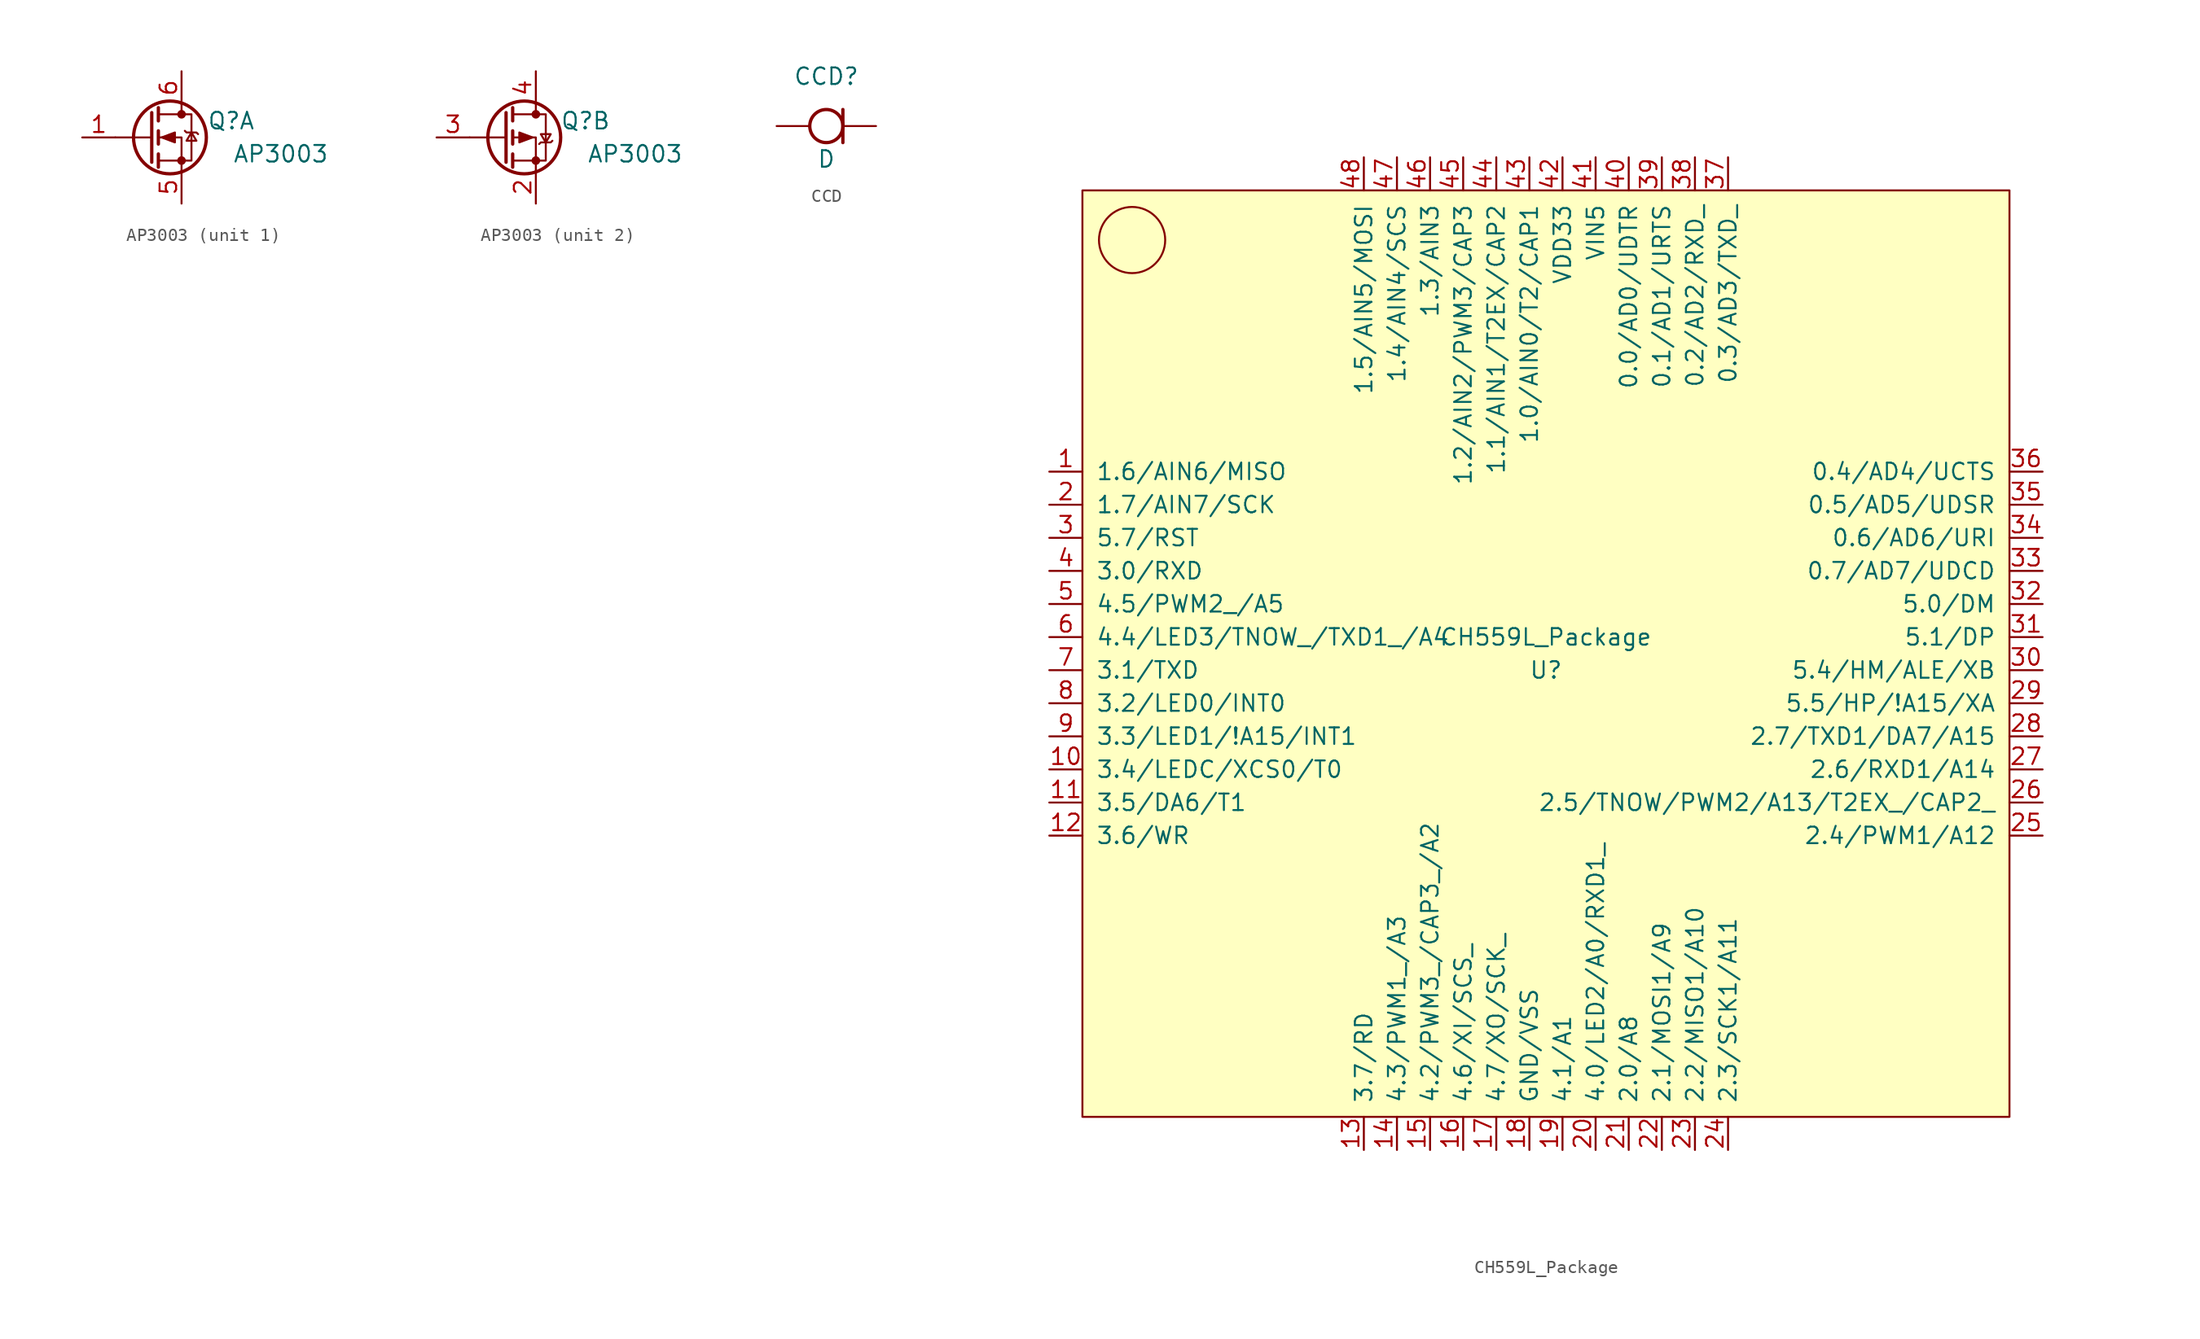
<source format=kicad_sym>
(kicad_symbol_lib
  (version 20220914)
  (generator kicad_symbol_editor)
  (symbol "AP3003"
    (property "Reference" "Q"
      (at 3.81 1.27 0)
      (effects (font (size 1.27 1.27))))
    (property "Value" "AP3003"
      (at 7.62 -1.27 0)
      (effects (font (size 1.27 1.27))))
    (property "ki_locked" ""
      (at 0 0 0)
      (effects (font (size 1.27 1.27))))
    (symbol "AP3003_1_1"
      (circle (center -0.889 0) (radius 2.794) (stroke (width 0.254) (type default)) (fill (type none)))
      (circle (center 0 -1.778) (radius 0.254) (stroke (width 0) (type default)) (fill (type outline)))
      (polyline (pts (xy -2.286 0) (xy -5.08 0)) (stroke (width 0) (type default)) (fill (type none)))
      (polyline (pts (xy -2.286 1.905) (xy -2.286 -1.905)) (stroke (width 0.254) (type default)) (fill (type none)))
      (polyline (pts (xy -1.778 -1.27) (xy -1.778 -2.286)) (stroke (width 0.254) (type default)) (fill (type none)))
      (polyline (pts (xy -1.778 0.508) (xy -1.778 -0.508)) (stroke (width 0.254) (type default)) (fill (type none)))
      (polyline (pts (xy -1.778 2.286) (xy -1.778 1.27)) (stroke (width 0.254) (type default)) (fill (type none)))
      (polyline (pts (xy 0 2.54) (xy 0 1.778)) (stroke (width 0) (type default)) (fill (type none)))
      (polyline (pts (xy 0 -2.54) (xy 0 0) (xy -1.778 0)) (stroke (width 0) (type default)) (fill (type none)))
      (polyline (pts (xy -1.778 -1.778) (xy 0.762 -1.778) (xy 0.762 1.778) (xy -1.778 1.778)) (stroke (width 0) (type default)) (fill (type none)))
      (polyline (pts (xy -1.524 0) (xy -0.508 0.381) (xy -0.508 -0.381) (xy -1.524 0)) (stroke (width 0) (type default)) (fill (type outline)))
      (polyline (pts (xy 0.254 0.508) (xy 0.381 0.381) (xy 1.143 0.381) (xy 1.27 0.254)) (stroke (width 0) (type default)) (fill (type none)))
      (polyline (pts (xy 0.762 0.381) (xy 0.381 -0.254) (xy 1.143 -0.254) (xy 0.762 0.381)) (stroke (width 0) (type default)) (fill (type none)))
      (circle (center 0 1.778) (radius 0.254) (stroke (width 0) (type default)) (fill (type outline)))
      (pin input line (at -7.62 0 0) (length 2.54) (name "" (effects (font (size 1.27 1.27)))) (number "1" (effects (font (size 1.27 1.27)))))
      (pin passive line (at 0 -5.08 90) (length 2.54) (name "" (effects (font (size 1.27 1.27)))) (number "5" (effects (font (size 1.27 1.27)))))
      (pin passive line (at 0 5.08 270) (length 2.54) (name "" (effects (font (size 1.27 1.27)))) (number "6" (effects (font (size 1.27 1.27))))))
    (symbol "AP3003_2_1"
      (circle (center -0.889 0) (radius 2.794) (stroke (width 0.254) (type default)) (fill (type none)))
      (circle (center 0 -1.778) (radius 0.254) (stroke (width 0) (type default)) (fill (type outline)))
      (polyline (pts (xy -2.286 0) (xy -5.08 0)) (stroke (width 0) (type default)) (fill (type none)))
      (polyline (pts (xy -2.286 1.905) (xy -2.286 -1.905)) (stroke (width 0.254) (type default)) (fill (type none)))
      (polyline (pts (xy -1.778 -1.27) (xy -1.778 -2.286)) (stroke (width 0.254) (type default)) (fill (type none)))
      (polyline (pts (xy -1.778 0.508) (xy -1.778 -0.508)) (stroke (width 0.254) (type default)) (fill (type none)))
      (polyline (pts (xy -1.778 2.286) (xy -1.778 1.27)) (stroke (width 0.254) (type default)) (fill (type none)))
      (polyline (pts (xy 0 2.54) (xy 0 1.778)) (stroke (width 0) (type default)) (fill (type none)))
      (polyline (pts (xy 0 -2.54) (xy 0 0) (xy -1.778 0)) (stroke (width 0) (type default)) (fill (type none)))
      (polyline (pts (xy -1.778 1.778) (xy 0.762 1.778) (xy 0.762 -1.778) (xy -1.778 -1.778)) (stroke (width 0) (type default)) (fill (type none)))
      (polyline (pts (xy -0.254 0) (xy -1.27 0.381) (xy -1.27 -0.381) (xy -0.254 0)) (stroke (width 0) (type default)) (fill (type outline)))
      (polyline (pts (xy 0.254 -0.508) (xy 0.381 -0.381) (xy 1.143 -0.381) (xy 1.27 -0.254)) (stroke (width 0) (type default)) (fill (type none)))
      (polyline (pts (xy 0.762 -0.381) (xy 0.381 0.254) (xy 1.143 0.254) (xy 0.762 -0.381)) (stroke (width 0) (type default)) (fill (type none)))
      (circle (center 0 1.778) (radius 0.254) (stroke (width 0) (type default)) (fill (type outline)))
      (pin passive line (at 0 -5.08 90) (length 2.54) (name "" (effects (font (size 1.27 1.27)))) (number "2" (effects (font (size 1.27 1.27)))))
      (pin input line (at -7.62 0 0) (length 2.54) (name "" (effects (font (size 1.27 1.27)))) (number "3" (effects (font (size 1.27 1.27)))))
      (pin passive line (at 0 5.08 270) (length 2.54) (name "" (effects (font (size 1.27 1.27)))) (number "4" (effects (font (size 1.27 1.27)))))))
  (symbol "CCD"
    (pin_numbers hide)
    (pin_names
      (offset 1.016) hide)
    (property "Reference" "CCD"
      (at 0 3.81 0)
      (effects (font (size 1.27 1.27))))
    (property "Value" "D"
      (at 0 -2.54 0)
      (effects (font (size 1.27 1.27))))
    (symbol "CCD_0_1"
      (polyline (pts (xy 1.27 -1.27) (xy 1.27 1.27)) (stroke (width 0.254) (type solid)) (fill (type none))))
    (symbol "CCD_1_1"
      (circle (center 0 0) (radius 1.27) (stroke (width 0.254) (type default)) (fill (type none)))
      (pin passive line (at 3.81 0 180) (length 2.54) (name "K" (effects (font (size 1.27 1.27)))) (number "1" (effects (font (size 1.27 1.27)))))
      (pin passive line (at -3.81 0 0) (length 2.54) (name "A" (effects (font (size 1.27 1.27)))) (number "2" (effects (font (size 1.27 1.27)))))))
  (symbol "CH559L_Package"
    (pin_names
      (offset 1.016))
    (property "Reference" "U"
      (at 0 -1.27 0)
      (effects (font (size 1.27 1.27))))
    (property "Value" "CH559L_Package"
      (at 0 1.27 0)
      (effects (font (size 1.27 1.27))))
    (symbol "CH559L_Package_0_1"
      (rectangle (start -35.56 -35.56) (end 35.56 35.56) (stroke (width 0) (type solid)) (fill (type background)))
      (circle (center -31.75 31.75) (radius 2.54) (stroke (width 0) (type solid)) (fill (type none))))
    (symbol "CH559L_Package_1_1"
      (pin input line (at -38.1 13.97 0) (length 2.54) (name "1.6/AIN6/MISO" (effects (font (size 1.27 1.27)))) (number "1" (effects (font (size 1.27 1.27)))))
      (pin input line (at -38.1 -8.89 0) (length 2.54) (name "3.4/LEDC/XCS0/T0" (effects (font (size 1.27 1.27)))) (number "10" (effects (font (size 1.27 1.27)))))
      (pin input line (at -38.1 -11.43 0) (length 2.54) (name "3.5/DA6/T1" (effects (font (size 1.27 1.27)))) (number "11" (effects (font (size 1.27 1.27)))))
      (pin input line (at -38.1 -13.97 0) (length 2.54) (name "3.6/WR" (effects (font (size 1.27 1.27)))) (number "12" (effects (font (size 1.27 1.27)))))
      (pin input line (at -13.97 -38.1 90) (length 2.54) (name "3.7/RD" (effects (font (size 1.27 1.27)))) (number "13" (effects (font (size 1.27 1.27)))))
      (pin input line (at -11.43 -38.1 90) (length 2.54) (name "4.3/PWM1_/A3" (effects (font (size 1.27 1.27)))) (number "14" (effects (font (size 1.27 1.27)))))
      (pin input line (at -8.89 -38.1 90) (length 2.54) (name "4.2/PWM3_/CAP3_/A2" (effects (font (size 1.27 1.27)))) (number "15" (effects (font (size 1.27 1.27)))))
      (pin input line (at -6.35 -38.1 90) (length 2.54) (name "4.6/XI/SCS_" (effects (font (size 1.27 1.27)))) (number "16" (effects (font (size 1.27 1.27)))))
      (pin input line (at -3.81 -38.1 90) (length 2.54) (name "4.7/XO/SCK_" (effects (font (size 1.27 1.27)))) (number "17" (effects (font (size 1.27 1.27)))))
      (pin power_in line (at -1.27 -38.1 90) (length 2.54) (name "GND/VSS" (effects (font (size 1.27 1.27)))) (number "18" (effects (font (size 1.27 1.27)))))
      (pin input line (at 1.27 -38.1 90) (length 2.54) (name "4.1/A1" (effects (font (size 1.27 1.27)))) (number "19" (effects (font (size 1.27 1.27)))))
      (pin input line (at -38.1 11.43 0) (length 2.54) (name "1.7/AIN7/SCK" (effects (font (size 1.27 1.27)))) (number "2" (effects (font (size 1.27 1.27)))))
      (pin input line (at 3.81 -38.1 90) (length 2.54) (name "4.0/LED2/A0/RXD1_" (effects (font (size 1.27 1.27)))) (number "20" (effects (font (size 1.27 1.27)))))
      (pin input line (at 6.35 -38.1 90) (length 2.54) (name "2.0/A8" (effects (font (size 1.27 1.27)))) (number "21" (effects (font (size 1.27 1.27)))))
      (pin input line (at 8.89 -38.1 90) (length 2.54) (name "2.1/MOSI1/A9" (effects (font (size 1.27 1.27)))) (number "22" (effects (font (size 1.27 1.27)))))
      (pin input line (at 11.43 -38.1 90) (length 2.54) (name "2.2/MISO1/A10" (effects (font (size 1.27 1.27)))) (number "23" (effects (font (size 1.27 1.27)))))
      (pin input line (at 13.97 -38.1 90) (length 2.54) (name "2.3/SCK1/A11" (effects (font (size 1.27 1.27)))) (number "24" (effects (font (size 1.27 1.27)))))
      (pin input line (at 38.1 -13.97 180) (length 2.54) (name "2.4/PWM1/A12" (effects (font (size 1.27 1.27)))) (number "25" (effects (font (size 1.27 1.27)))))
      (pin input line (at 38.1 -11.43 180) (length 2.54) (name "2.5/TNOW/PWM2/A13/T2EX_/CAP2_" (effects (font (size 1.27 1.27)))) (number "26" (effects (font (size 1.27 1.27)))))
      (pin input line (at 38.1 -8.89 180) (length 2.54) (name "2.6/RXD1/A14" (effects (font (size 1.27 1.27)))) (number "27" (effects (font (size 1.27 1.27)))))
      (pin input line (at 38.1 -6.35 180) (length 2.54) (name "2.7/TXD1/DA7/A15" (effects (font (size 1.27 1.27)))) (number "28" (effects (font (size 1.27 1.27)))))
      (pin input line (at 38.1 -3.81 180) (length 2.54) (name "5.5/HP/!A15/XA" (effects (font (size 1.27 1.27)))) (number "29" (effects (font (size 1.27 1.27)))))
      (pin input line (at -38.1 8.89 0) (length 2.54) (name "5.7/RST" (effects (font (size 1.27 1.27)))) (number "3" (effects (font (size 1.27 1.27)))))
      (pin input line (at 38.1 -1.27 180) (length 2.54) (name "5.4/HM/ALE/XB" (effects (font (size 1.27 1.27)))) (number "30" (effects (font (size 1.27 1.27)))))
      (pin input line (at 38.1 1.27 180) (length 2.54) (name "5.1/DP" (effects (font (size 1.27 1.27)))) (number "31" (effects (font (size 1.27 1.27)))))
      (pin input line (at 38.1 3.81 180) (length 2.54) (name "5.0/DM" (effects (font (size 1.27 1.27)))) (number "32" (effects (font (size 1.27 1.27)))))
      (pin input line (at 38.1 6.35 180) (length 2.54) (name "0.7/AD7/UDCD" (effects (font (size 1.27 1.27)))) (number "33" (effects (font (size 1.27 1.27)))))
      (pin input line (at 38.1 8.89 180) (length 2.54) (name "0.6/AD6/URI" (effects (font (size 1.27 1.27)))) (number "34" (effects (font (size 1.27 1.27)))))
      (pin input line (at 38.1 11.43 180) (length 2.54) (name "0.5/AD5/UDSR" (effects (font (size 1.27 1.27)))) (number "35" (effects (font (size 1.27 1.27)))))
      (pin input line (at 38.1 13.97 180) (length 2.54) (name "0.4/AD4/UCTS" (effects (font (size 1.27 1.27)))) (number "36" (effects (font (size 1.27 1.27)))))
      (pin input line (at 13.97 38.1 270) (length 2.54) (name "0.3/AD3/TXD_" (effects (font (size 1.27 1.27)))) (number "37" (effects (font (size 1.27 1.27)))))
      (pin input line (at 11.43 38.1 270) (length 2.54) (name "0.2/AD2/RXD_" (effects (font (size 1.27 1.27)))) (number "38" (effects (font (size 1.27 1.27)))))
      (pin input line (at 8.89 38.1 270) (length 2.54) (name "0.1/AD1/URTS" (effects (font (size 1.27 1.27)))) (number "39" (effects (font (size 1.27 1.27)))))
      (pin input line (at -38.1 6.35 0) (length 2.54) (name "3.0/RXD" (effects (font (size 1.27 1.27)))) (number "4" (effects (font (size 1.27 1.27)))))
      (pin input line (at 6.35 38.1 270) (length 2.54) (name "0.0/AD0/UDTR" (effects (font (size 1.27 1.27)))) (number "40" (effects (font (size 1.27 1.27)))))
      (pin input line (at 3.81 38.1 270) (length 2.54) (name "VIN5" (effects (font (size 1.27 1.27)))) (number "41" (effects (font (size 1.27 1.27)))))
      (pin input line (at 1.27 38.1 270) (length 2.54) (name "VDD33" (effects (font (size 1.27 1.27)))) (number "42" (effects (font (size 1.27 1.27)))))
      (pin input line (at -1.27 38.1 270) (length 2.54) (name "1.0/AIN0/T2/CAP1" (effects (font (size 1.27 1.27)))) (number "43" (effects (font (size 1.27 1.27)))))
      (pin input line (at -3.81 38.1 270) (length 2.54) (name "1.1/AIN1/T2EX/CAP2" (effects (font (size 1.27 1.27)))) (number "44" (effects (font (size 1.27 1.27)))))
      (pin input line (at -6.35 38.1 270) (length 2.54) (name "1.2/AIN2/PWM3/CAP3" (effects (font (size 1.27 1.27)))) (number "45" (effects (font (size 1.27 1.27)))))
      (pin input line (at -8.89 38.1 270) (length 2.54) (name "1.3/AIN3" (effects (font (size 1.27 1.27)))) (number "46" (effects (font (size 1.27 1.27)))))
      (pin input line (at -11.43 38.1 270) (length 2.54) (name "1.4/AIN4/SCS" (effects (font (size 1.27 1.27)))) (number "47" (effects (font (size 1.27 1.27)))))
      (pin input line (at -13.97 38.1 270) (length 2.54) (name "1.5/AIN5/MOSI" (effects (font (size 1.27 1.27)))) (number "48" (effects (font (size 1.27 1.27)))))
      (pin input line (at -38.1 3.81 0) (length 2.54) (name "4.5/PWM2_/A5" (effects (font (size 1.27 1.27)))) (number "5" (effects (font (size 1.27 1.27)))))
      (pin input line (at -38.1 1.27 0) (length 2.54) (name "4.4/LED3/TNOW_/TXD1_/A4" (effects (font (size 1.27 1.27)))) (number "6" (effects (font (size 1.27 1.27)))))
      (pin input line (at -38.1 -1.27 0) (length 2.54) (name "3.1/TXD" (effects (font (size 1.27 1.27)))) (number "7" (effects (font (size 1.27 1.27)))))
      (pin input line (at -38.1 -3.81 0) (length 2.54) (name "3.2/LED0/INT0" (effects (font (size 1.27 1.27)))) (number "8" (effects (font (size 1.27 1.27)))))
      (pin input line (at -38.1 -6.35 0) (length 2.54) (name "3.3/LED1/!A15/INT1" (effects (font (size 1.27 1.27)))) (number "9" (effects (font (size 1.27 1.27))))))))
</source>
